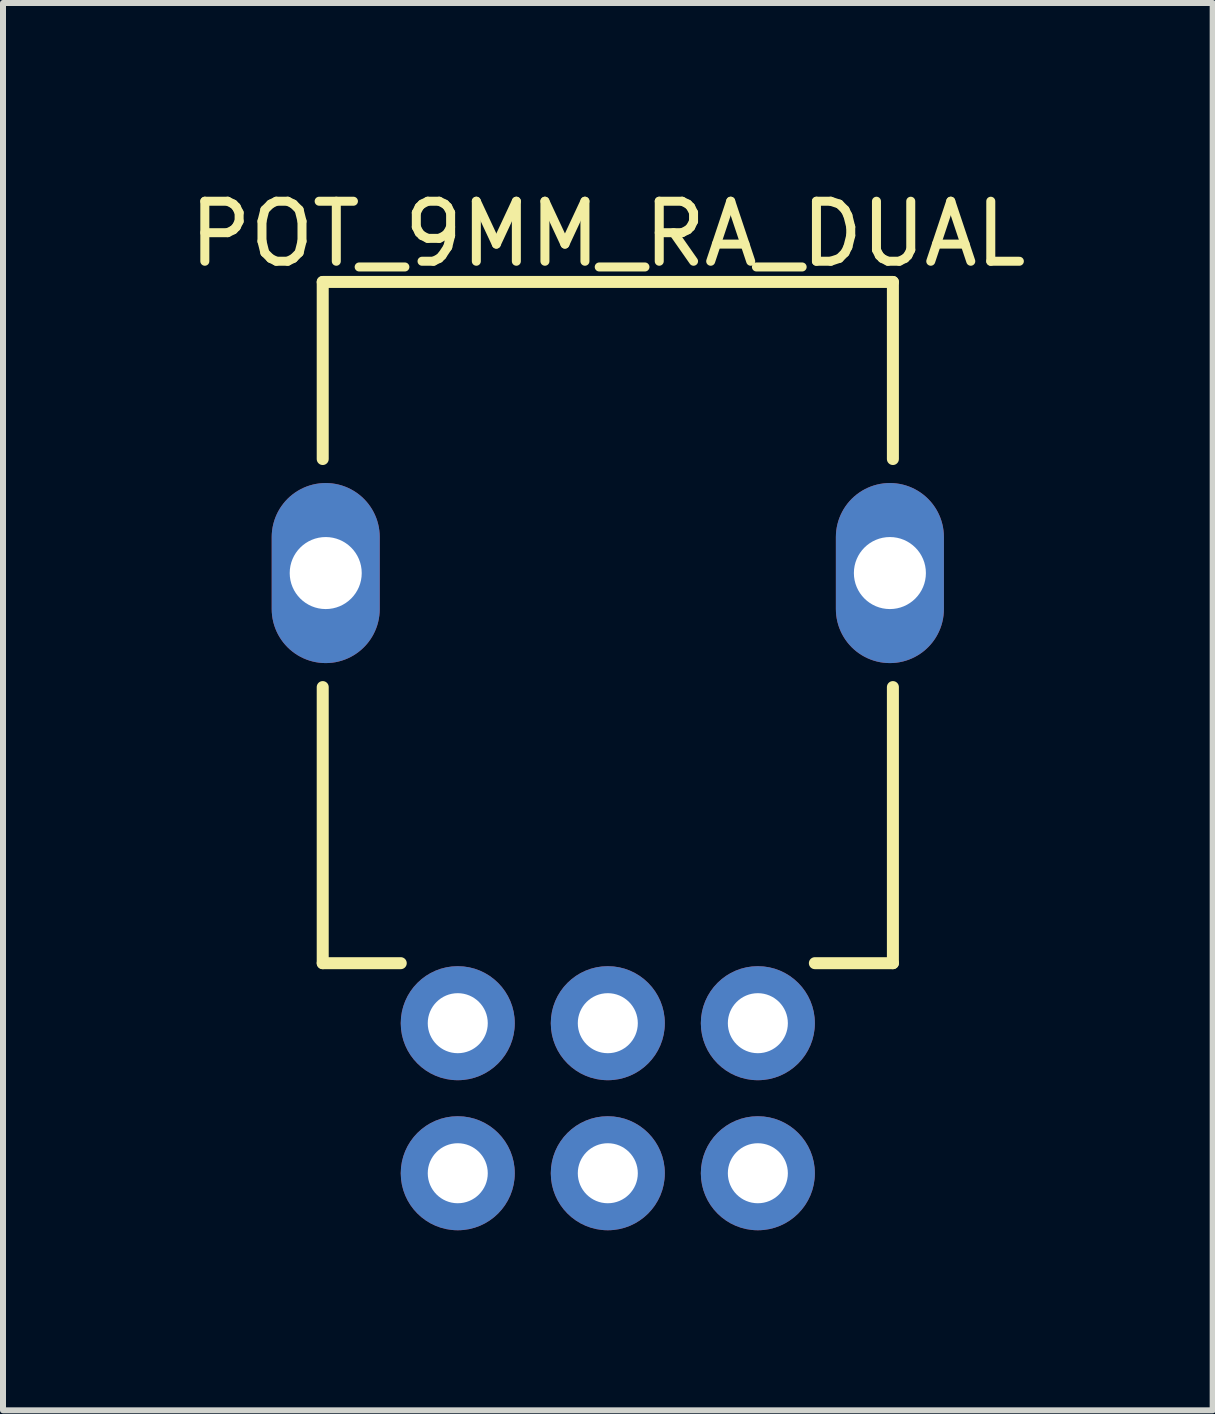
<source format=kicad_pcb>
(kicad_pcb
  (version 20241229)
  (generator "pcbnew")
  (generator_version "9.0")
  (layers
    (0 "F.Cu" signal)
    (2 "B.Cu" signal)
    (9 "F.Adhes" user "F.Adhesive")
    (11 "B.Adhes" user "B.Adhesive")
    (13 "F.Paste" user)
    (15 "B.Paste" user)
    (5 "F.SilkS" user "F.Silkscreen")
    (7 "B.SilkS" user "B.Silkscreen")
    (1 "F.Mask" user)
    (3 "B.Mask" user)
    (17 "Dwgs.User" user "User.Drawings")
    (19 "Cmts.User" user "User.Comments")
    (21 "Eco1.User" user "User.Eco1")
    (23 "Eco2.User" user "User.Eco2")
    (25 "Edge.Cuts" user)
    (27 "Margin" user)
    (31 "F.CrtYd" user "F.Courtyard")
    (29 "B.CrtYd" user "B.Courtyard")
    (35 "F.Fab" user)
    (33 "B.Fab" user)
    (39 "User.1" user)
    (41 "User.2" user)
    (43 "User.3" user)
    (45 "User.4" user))
  (footprint "POT_9MM_RA_DUAL"
    (layer "F.Cu")
    (at 7.077 6.498)
    (property "Reference" "POT_9MM_RA_DUAL" (at 0 -5.65 0) (layer "F.SilkS") (effects (font (size 1 1) (thickness 0.15))))
    (fp_line (start -4.75 -4.85) (end 4.75 -4.85) (stroke (width 0.2) (type solid)) (layer "F.SilkS"))
    (fp_line (start -4.75 -1.9) (end -4.75 -4.85) (stroke (width 0.2) (type solid)) (layer "F.SilkS"))
    (fp_line (start -4.75 6.5) (end -4.75 1.9) (stroke (width 0.2) (type solid)) (layer "F.SilkS"))
    (fp_line (start -4.75 6.5) (end -3.45 6.5) (stroke (width 0.2) (type solid)) (layer "F.SilkS"))
    (fp_line (start 3.45 6.5) (end 4.75 6.5) (stroke (width 0.2) (type solid)) (layer "F.SilkS"))
    (fp_line (start 4.75 -1.9) (end 4.75 -4.85) (stroke (width 0.2) (type solid)) (layer "F.SilkS"))
    (fp_line (start 4.75 6.5) (end 4.75 1.9) (stroke (width 0.2) (type solid)) (layer "F.SilkS"))
    (pad "" thru_hole oval (at -4.7 0) (size 1.8 3) (drill 1.2) (layers "*.Cu" "*.Mask"))
    (pad "" thru_hole oval (at 4.7 0) (size 1.8 3) (drill 1.2) (layers "*.Cu" "*.Mask"))
    (pad "1" thru_hole circle (at -2.5 7.5) (size 1.9 1.9) (drill 1) (layers "*.Cu" "*.Mask"))
    (pad "2" thru_hole circle (at 0 7.5) (size 1.9 1.9) (drill 1) (layers "*.Cu" "*.Mask"))
    (pad "3" thru_hole circle (at 2.5 7.5) (size 1.9 1.9) (drill 1) (layers "*.Cu" "*.Mask"))
    (pad "4" thru_hole circle (at -2.5 10) (size 1.9 1.9) (drill 1) (layers "*.Cu" "*.Mask"))
    (pad "5" thru_hole circle (at 0 10) (size 1.9 1.9) (drill 1) (layers "*.Cu" "*.Mask"))
    (pad "6" thru_hole circle (at 2.5 10) (size 1.9 1.9) (drill 1) (layers "*.Cu" "*.Mask"))
    (zone (net_name "") (layer "F.Cu") (hatch edge 0.5) (connect_pads) (min_thickness 0.25) (filled_areas_thickness no) (keepout (tracks not_allowed) (vias not_allowed) (pads not_allowed) (copperpour not_allowed) (footprints allowed)) (placement (enabled no)) (fill) (polygon (pts (xy 6.077 1.798) (xy 8.077 1.798) (xy 8.077 2.298) (xy 6.077 2.298))))
    (zone (net_name "") (layer "F.Cu") (hatch edge 0.5) (connect_pads) (min_thickness 0.25) (filled_areas_thickness no) (keepout (tracks not_allowed) (vias not_allowed) (pads not_allowed) (copperpour not_allowed) (footprints allowed)) (placement (enabled no)) (fill) (polygon (pts (xy 6.077 10.698) (xy 8.077 10.698) (xy 8.077 11.198) (xy 6.077 11.198)))))
  (gr_rect
    (start -3 -3)
    (end 17.155 20.448)
    (stroke (width 0.1) (type default))
    (fill no)
    (layer "Edge.Cuts")))
</source>
